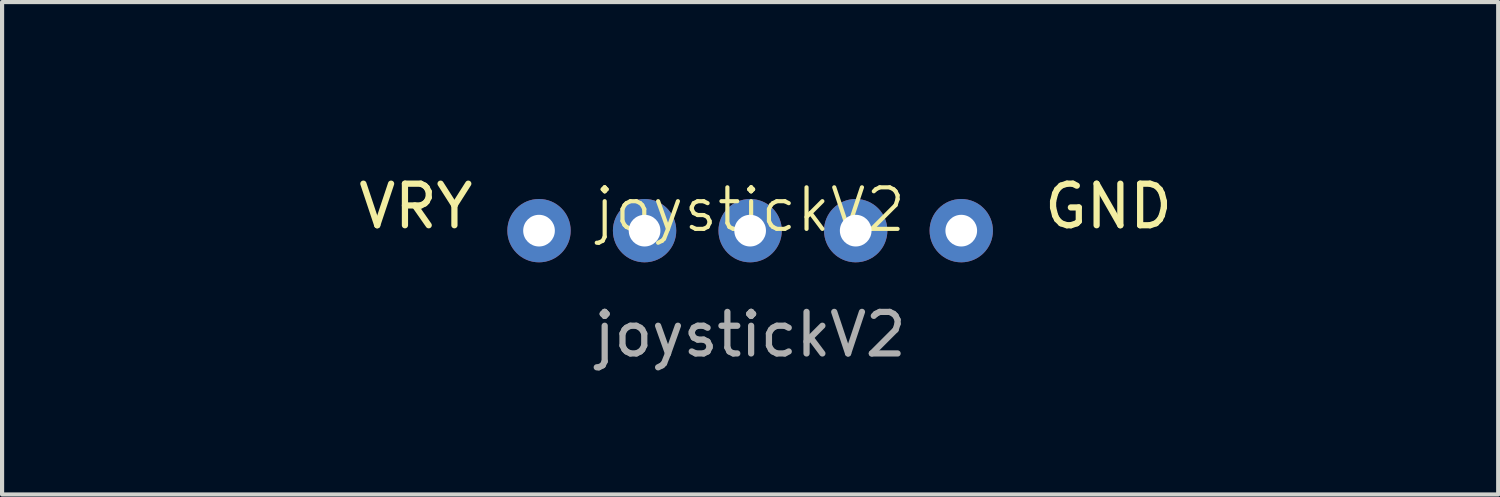
<source format=kicad_pcb>
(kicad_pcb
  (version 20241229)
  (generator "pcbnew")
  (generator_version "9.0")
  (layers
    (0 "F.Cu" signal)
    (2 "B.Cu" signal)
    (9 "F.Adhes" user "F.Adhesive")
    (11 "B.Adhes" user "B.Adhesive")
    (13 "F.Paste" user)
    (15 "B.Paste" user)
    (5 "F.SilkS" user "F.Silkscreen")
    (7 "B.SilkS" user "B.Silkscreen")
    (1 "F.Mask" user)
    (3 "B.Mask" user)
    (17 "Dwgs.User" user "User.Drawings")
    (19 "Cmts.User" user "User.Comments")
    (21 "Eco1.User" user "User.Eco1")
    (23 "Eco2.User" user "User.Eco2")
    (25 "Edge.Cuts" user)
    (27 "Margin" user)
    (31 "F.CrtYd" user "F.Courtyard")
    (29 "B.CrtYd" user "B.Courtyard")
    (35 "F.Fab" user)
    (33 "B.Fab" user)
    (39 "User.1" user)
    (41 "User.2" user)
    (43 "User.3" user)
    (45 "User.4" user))
  (footprint "joystickV2"
    (layer "F.Cu")
    (at 15 2.5)
    (property "Reference" "joystickV2" (at 0 -0.5 0) (unlocked yes) (layer "F.SilkS") (effects (font (size 1 1) (thickness 0.1))))
    (attr through_hole)
    (fp_text user "VRY" (at -9.5 0 0) (unlocked yes) (layer "F.SilkS") (effects (font (size 1 1) (thickness 0.15)) (justify left bottom)))
    (fp_text user "GND" (at 7 0 0) (unlocked yes) (layer "F.SilkS") (effects (font (size 1 1) (thickness 0.15)) (justify left bottom)))
    (fp_text user "${REFERENCE}" (at 0 2.5 0) (unlocked yes) (layer "F.Fab") (effects (font (size 1 1) (thickness 0.15))))
    (pad "1" thru_hole circle (at -5.08 0) (size 1.524 1.524) (drill 0.762) (layers "*.Cu" "*.Mask"))
    (pad "2" thru_hole circle (at -2.54 0) (size 1.524 1.524) (drill 0.762) (layers "*.Cu" "*.Mask"))
    (pad "3" thru_hole circle (at 0 0) (size 1.524 1.524) (drill 0.762) (layers "*.Cu" "*.Mask"))
    (pad "4" thru_hole circle (at 2.54 0) (size 1.524 1.524) (drill 0.762) (layers "*.Cu" "*.Mask"))
    (pad "5" thru_hole circle (at 5.08 0) (size 1.524 1.524) (drill 0.762) (layers "*.Cu" "*.Mask"))
    (zone (net_name "") (layer "B.Paste") (hatch edge 0.5) (connect_pads) (min_thickness 0.25) (filled_areas_thickness no) (keepout (tracks allowed) (vias allowed) (pads not_allowed) (copperpour allowed) (footprints not_allowed)) (placement (enabled no)) (fill) (polygon (pts (xy 0 0) (xy 30 0) (xy 30 5) (xy 0 5)))))
  (gr_rect
    (start -3 -3)
    (end 33 8.848)
    (stroke (width 0.1) (type default))
    (fill no)
    (layer "Edge.Cuts")))
</source>
